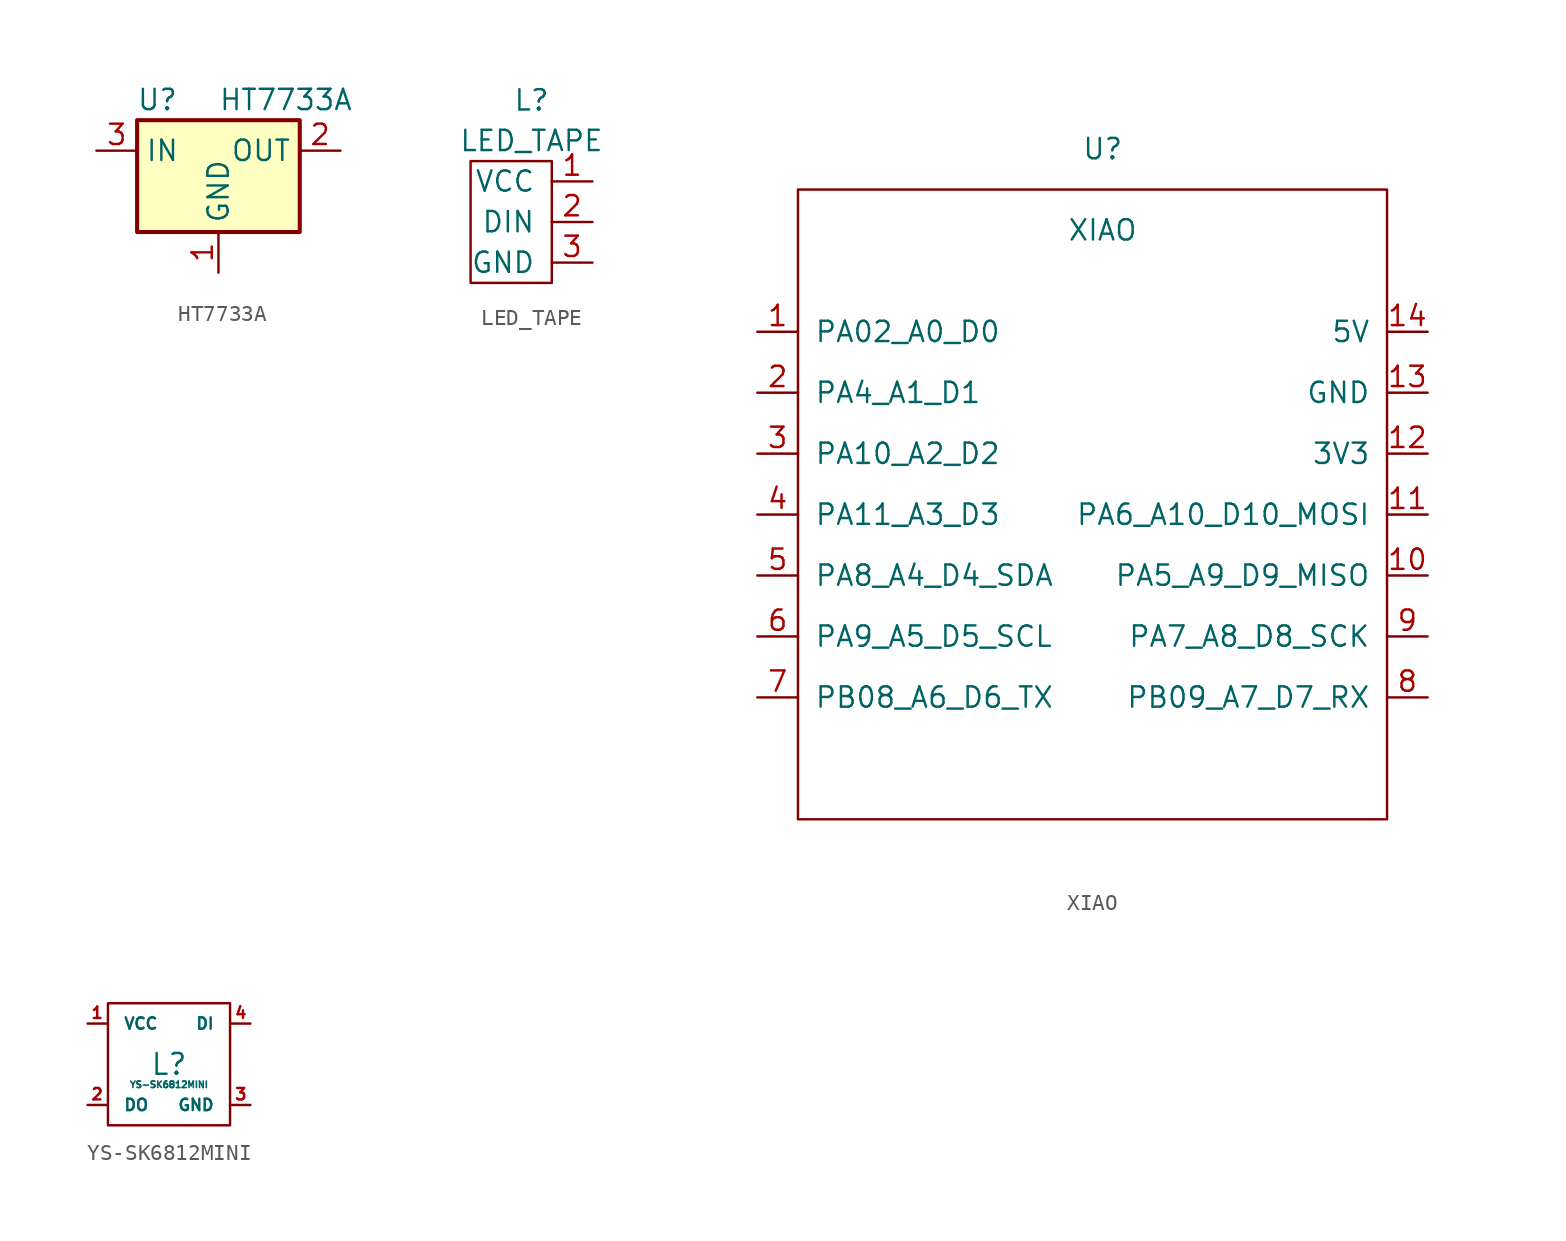
<source format=kicad_sym>
(kicad_symbol_lib
  (version 20211014)
  (generator kicad_symbol_editor)
  (symbol "HT7733A"
    (property "Reference" "U"
      (at -3.81 3.175 0)
      (effects (font (size 1.27 1.27))))
    (property "Value" "HT7733A"
      (at 0 3.175 0)
      (effects (font (size 1.27 1.27)) (justify left)))
    (symbol "HT7733A_0_1"
      (rectangle (start -5.08 1.905) (end 5.08 -5.08) (stroke (width 0.254) (type default) (color 0 0 0 0)) (fill (type background))))
    (symbol "HT7733A_1_1"
      (pin power_in line (at 0 -7.62 90) (length 2.54) (name "GND" (effects (font (size 1.27 1.27)))) (number "1" (effects (font (size 1.27 1.27)))))
      (pin power_out line (at 7.62 0 180) (length 2.54) (name "OUT" (effects (font (size 1.27 1.27)))) (number "2" (effects (font (size 1.27 1.27)))))
      (pin power_in line (at -7.62 0 0) (length 2.54) (name "IN" (effects (font (size 1.27 1.27)))) (number "3" (effects (font (size 1.27 1.27)))))))
  (symbol "LED_TAPE"
    (pin_names
      (offset 1.016))
    (property "Reference" "L"
      (at 0 5.08 0)
      (effects (font (size 1.27 1.27))))
    (property "Value" "LED_TAPE"
      (at 0 2.54 0)
      (effects (font (size 1.27 1.27))))
    (symbol "LED_TAPE_0_1"
      (rectangle (start 1.27 -6.35) (end -3.81 1.27) (stroke (width 0) (type default) (color 0 0 0 0)) (fill (type none))))
    (symbol "LED_TAPE_1_1"
      (pin power_in line (at 3.81 0 180) (length 2.54) (name "VCC" (effects (font (size 1.27 1.27)))) (number "1" (effects (font (size 1.27 1.27)))))
      (pin input line (at 3.81 -2.54 180) (length 2.54) (name "DIN" (effects (font (size 1.27 1.27)))) (number "2" (effects (font (size 1.27 1.27)))))
      (pin power_in line (at 3.81 -5.08 180) (length 2.54) (name "GND" (effects (font (size 1.27 1.27)))) (number "3" (effects (font (size 1.27 1.27)))))))
  (symbol "XIAO"
    (pin_names
      (offset 1.016))
    (property "Reference" "U"
      (at 0 22.86 0)
      (effects (font (size 1.27 1.27))))
    (property "Value" "XIAO"
      (at 0 17.78 0)
      (effects (font (size 1.27 1.27))))
    (symbol "XIAO_0_1"
      (rectangle (start -19.05 20.32) (end 17.78 -19.05) (stroke (width 0) (type default) (color 0 0 0 0)) (fill (type none))))
    (symbol "XIAO_1_1"
      (pin bidirectional line (at -21.59 11.43 0) (length 2.54) (name "PA02_A0_D0" (effects (font (size 1.27 1.27)))) (number "1" (effects (font (size 1.27 1.27)))))
      (pin bidirectional line (at 20.32 -3.81 180) (length 2.54) (name "PA5_A9_D9_MISO" (effects (font (size 1.27 1.27)))) (number "10" (effects (font (size 1.27 1.27)))))
      (pin bidirectional line (at 20.32 0 180) (length 2.54) (name "PA6_A10_D10_MOSI" (effects (font (size 1.27 1.27)))) (number "11" (effects (font (size 1.27 1.27)))))
      (pin power_in line (at 20.32 3.81 180) (length 2.54) (name "3V3" (effects (font (size 1.27 1.27)))) (number "12" (effects (font (size 1.27 1.27)))))
      (pin power_in line (at 20.32 7.62 180) (length 2.54) (name "GND" (effects (font (size 1.27 1.27)))) (number "13" (effects (font (size 1.27 1.27)))))
      (pin power_out line (at 20.32 11.43 180) (length 2.54) (name "5V" (effects (font (size 1.27 1.27)))) (number "14" (effects (font (size 1.27 1.27)))))
      (pin bidirectional line (at -21.59 7.62 0) (length 2.54) (name "PA4_A1_D1" (effects (font (size 1.27 1.27)))) (number "2" (effects (font (size 1.27 1.27)))))
      (pin bidirectional line (at -21.59 3.81 0) (length 2.54) (name "PA10_A2_D2" (effects (font (size 1.27 1.27)))) (number "3" (effects (font (size 1.27 1.27)))))
      (pin bidirectional line (at -21.59 0 0) (length 2.54) (name "PA11_A3_D3" (effects (font (size 1.27 1.27)))) (number "4" (effects (font (size 1.27 1.27)))))
      (pin bidirectional line (at -21.59 -3.81 0) (length 2.54) (name "PA8_A4_D4_SDA" (effects (font (size 1.27 1.27)))) (number "5" (effects (font (size 1.27 1.27)))))
      (pin bidirectional line (at -21.59 -7.62 0) (length 2.54) (name "PA9_A5_D5_SCL" (effects (font (size 1.27 1.27)))) (number "6" (effects (font (size 1.27 1.27)))))
      (pin bidirectional line (at -21.59 -11.43 0) (length 2.54) (name "PB08_A6_D6_TX" (effects (font (size 1.27 1.27)))) (number "7" (effects (font (size 1.27 1.27)))))
      (pin bidirectional line (at 20.32 -11.43 180) (length 2.54) (name "PB09_A7_D7_RX" (effects (font (size 1.27 1.27)))) (number "8" (effects (font (size 1.27 1.27)))))
      (pin bidirectional line (at 20.32 -7.62 180) (length 2.54) (name "PA7_A8_D8_SCK" (effects (font (size 1.27 1.27)))) (number "9" (effects (font (size 1.27 1.27)))))))
  (symbol "YS-SK6812MINI"
    (pin_names
      (offset 1.016))
    (property "Reference" "L"
      (at 0 0 0)
      (effects (font (size 1.295 1.295))))
    (property "Value" "YS-SK6812MINI"
      (at 0 -1.27 0)
      (effects (font (size 0.406 0.406))))
    (symbol "YS-SK6812MINI_0_1"
      (rectangle (start -3.81 3.81) (end 3.81 -3.81) (stroke (width 0) (type default) (color 0 0 0 0)) (fill (type none))))
    (symbol "YS-SK6812MINI_1_1"
      (pin power_in line (at -5.08 2.54 0) (length 1.194) (name "VCC" (effects (font (size 0.711 0.711)))) (number "1" (effects (font (size 0.711 0.711)))))
      (pin output line (at -5.08 -2.54 0) (length 1.194) (name "DO" (effects (font (size 0.711 0.711)))) (number "2" (effects (font (size 0.711 0.711)))))
      (pin power_in line (at 5.08 -2.54 180) (length 1.194) (name "GND" (effects (font (size 0.711 0.711)))) (number "3" (effects (font (size 0.711 0.711)))))
      (pin input line (at 5.08 2.54 180) (length 1.194) (name "DI" (effects (font (size 0.711 0.711)))) (number "4" (effects (font (size 0.711 0.711))))))))
</source>
